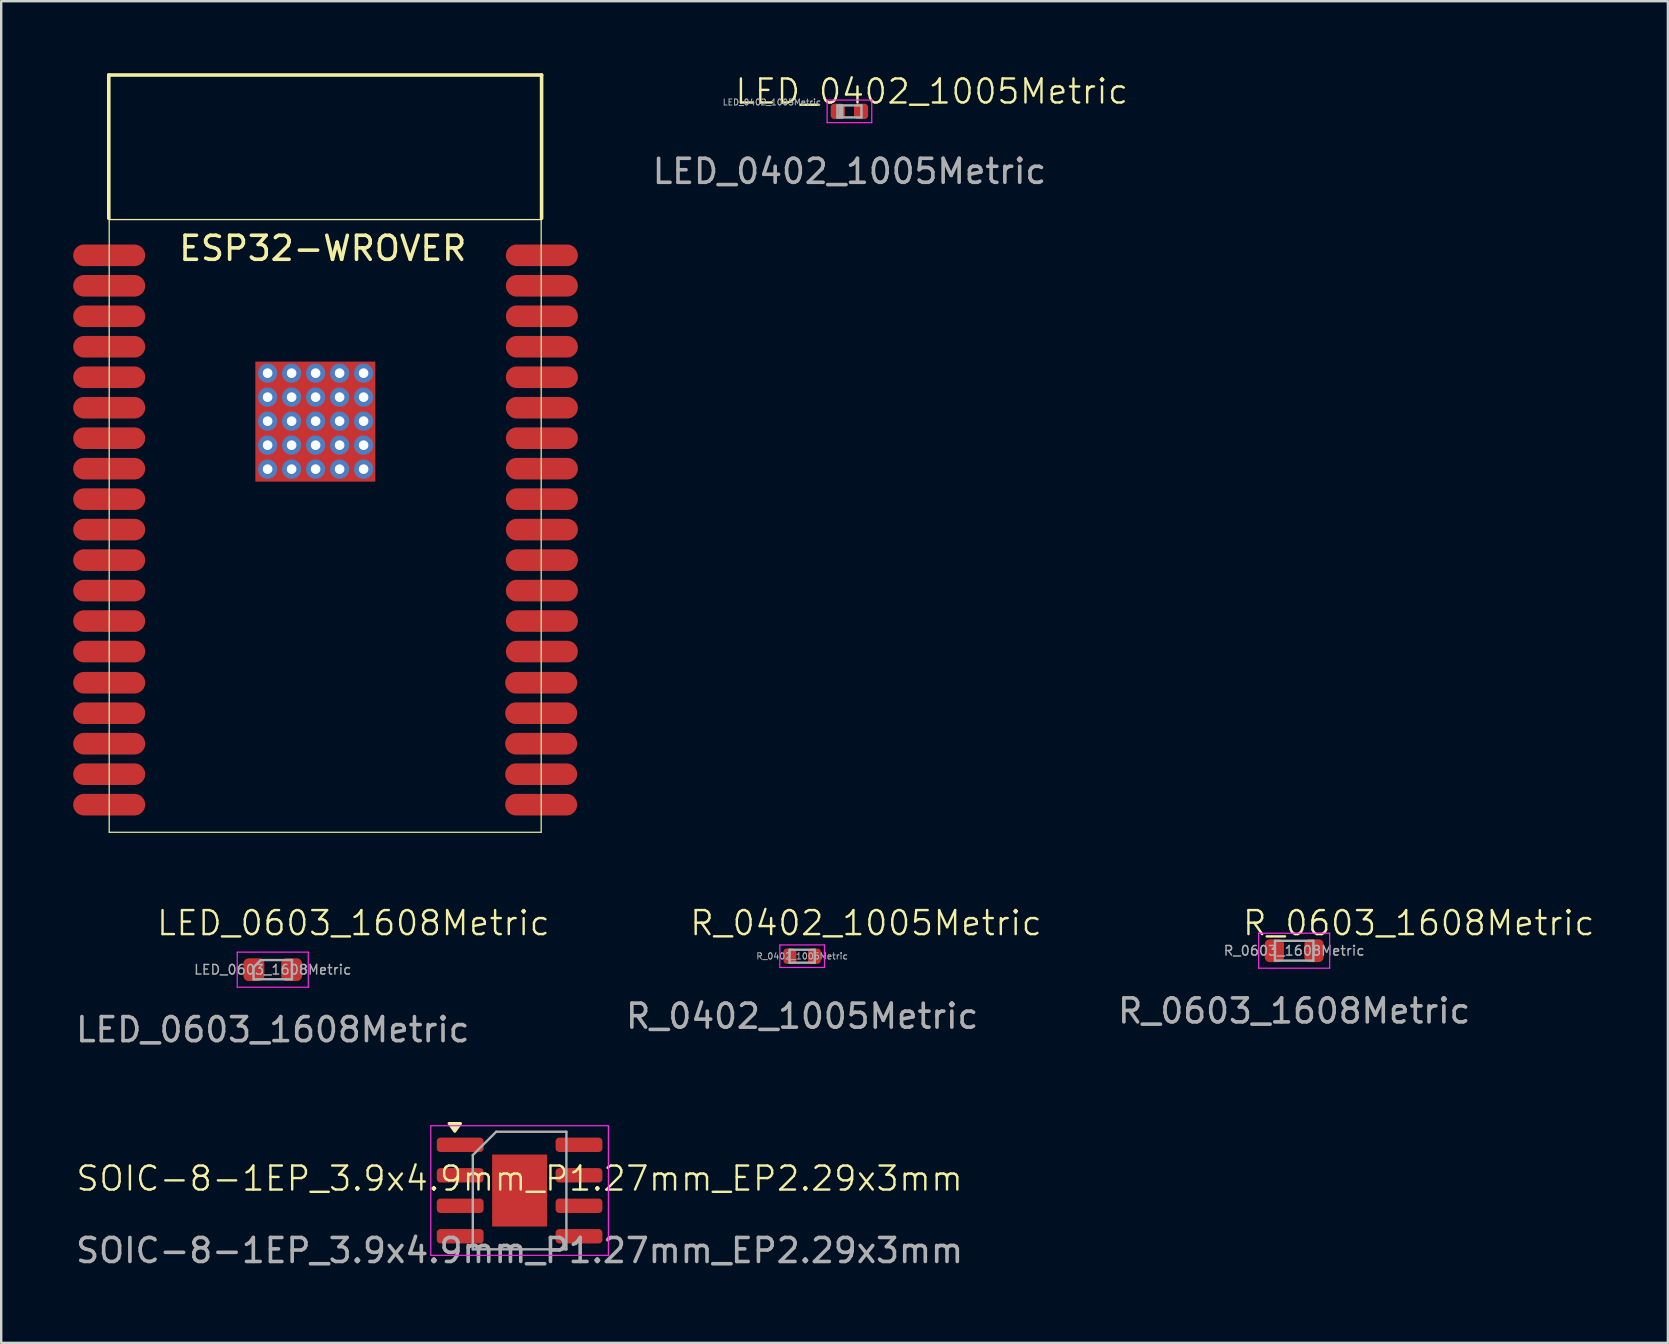
<source format=kicad_pcb>
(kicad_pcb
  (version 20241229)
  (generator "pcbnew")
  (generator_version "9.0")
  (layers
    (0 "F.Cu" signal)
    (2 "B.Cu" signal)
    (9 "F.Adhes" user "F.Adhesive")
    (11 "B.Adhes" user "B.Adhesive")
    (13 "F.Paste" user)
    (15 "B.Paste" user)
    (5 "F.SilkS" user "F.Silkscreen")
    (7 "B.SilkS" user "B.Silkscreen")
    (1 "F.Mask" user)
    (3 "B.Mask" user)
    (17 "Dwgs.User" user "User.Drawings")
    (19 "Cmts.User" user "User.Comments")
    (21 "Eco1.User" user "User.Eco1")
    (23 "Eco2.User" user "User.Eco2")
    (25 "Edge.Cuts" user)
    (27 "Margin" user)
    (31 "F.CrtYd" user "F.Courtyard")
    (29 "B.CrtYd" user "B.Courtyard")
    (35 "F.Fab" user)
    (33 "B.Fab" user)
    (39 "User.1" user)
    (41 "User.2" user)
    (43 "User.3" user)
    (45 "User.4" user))
  (footprint "R_0603_1608Metric"
    (layer "F.Cu")
    (at 50.876 36.575)
    (property "Reference" "R_0603_1608Metric" (at 5.19 -1.16 0) (unlocked yes) (layer "F.SilkS") (effects (font (size 1 1) (thickness 0.1))))
    (attr smd)
    (fp_line (start -1.48 -0.74) (end 1.48 -0.74) (stroke (width 0.05) (type solid)) (layer "F.CrtYd"))
    (fp_line (start -1.48 0.72) (end -1.48 -0.74) (stroke (width 0.05) (type solid)) (layer "F.CrtYd"))
    (fp_line (start 1.48 -0.74) (end 1.48 0.72) (stroke (width 0.05) (type solid)) (layer "F.CrtYd"))
    (fp_line (start 1.48 0.72) (end -1.48 0.72) (stroke (width 0.05) (type solid)) (layer "F.CrtYd"))
    (fp_line (start -0.8 -0.422) (end 0.8 -0.422) (stroke (width 0.1) (type solid)) (layer "F.Fab"))
    (fp_line (start -0.8 0.403) (end -0.8 -0.422) (stroke (width 0.1) (type solid)) (layer "F.Fab"))
    (fp_line (start 0.8 -0.422) (end 0.8 0.403) (stroke (width 0.1) (type solid)) (layer "F.Fab"))
    (fp_line (start 0.8 0.403) (end -0.8 0.403) (stroke (width 0.1) (type solid)) (layer "F.Fab"))
    (fp_text user "${REFERENCE}" (at 0 -0.01 0) (layer "F.Fab") (effects (font (size 0.4 0.4) (thickness 0.06))))
    (fp_text user "${REFERENCE}" (at 0 2.5 0) (unlocked yes) (layer "F.Fab") (effects (font (size 1 1) (thickness 0.15))))
    (pad "1" smd roundrect (at -0.825 -0.01) (size 0.8 0.95) (layers "F.Cu" "F.Mask" "F.Paste") (roundrect_rratio 0.25))
    (pad "2" smd roundrect (at 0.825 -0.01) (size 0.8 0.95) (layers "F.Cu" "F.Mask" "F.Paste") (roundrect_rratio 0.25)))
  (footprint "R_0402_1005Metric"
    (layer "F.Cu")
    (at 30.374 36.794)
    (property "Reference" "R_0402_1005Metric" (at 2.66 -1.38 0) (unlocked yes) (layer "F.SilkS") (effects (font (size 1 1) (thickness 0.1))))
    (attr smd)
    (fp_line (start -0.93 -0.47) (end 0.93 -0.47) (stroke (width 0.05) (type solid)) (layer "F.CrtYd"))
    (fp_line (start -0.93 0.47) (end -0.93 -0.47) (stroke (width 0.05) (type solid)) (layer "F.CrtYd"))
    (fp_line (start 0.93 -0.47) (end 0.93 0.47) (stroke (width 0.05) (type solid)) (layer "F.CrtYd"))
    (fp_line (start 0.93 0.47) (end -0.93 0.47) (stroke (width 0.05) (type solid)) (layer "F.CrtYd"))
    (fp_line (start -0.525 -0.27) (end 0.525 -0.27) (stroke (width 0.1) (type solid)) (layer "F.Fab"))
    (fp_line (start -0.525 0.27) (end -0.525 -0.27) (stroke (width 0.1) (type solid)) (layer "F.Fab"))
    (fp_line (start 0.525 -0.27) (end 0.525 0.27) (stroke (width 0.1) (type solid)) (layer "F.Fab"))
    (fp_line (start 0.525 0.27) (end -0.525 0.27) (stroke (width 0.1) (type solid)) (layer "F.Fab"))
    (fp_text user "${REFERENCE}" (at 0 0 0) (layer "F.Fab") (effects (font (size 0.26 0.26) (thickness 0.04))))
    (fp_text user "${REFERENCE}" (at 0 2.5 0) (unlocked yes) (layer "F.Fab") (effects (font (size 1 1) (thickness 0.15))))
    (pad "1" smd roundrect (at -0.51 0) (size 0.54 0.64) (layers "F.Cu" "F.Mask" "F.Paste") (roundrect_rratio 0.25))
    (pad "2" smd roundrect (at 0.51 0) (size 0.54 0.64) (layers "F.Cu" "F.Mask" "F.Paste") (roundrect_rratio 0.25)))
  (footprint "LED_0402_1005Metric"
    (layer "F.Cu")
    (at 32.345 1.591)
    (property "Reference" "LED_0402_1005Metric" (at 3.43 -0.83 0) (unlocked yes) (layer "F.SilkS") (effects (font (size 1 1) (thickness 0.1))))
    (attr smd)
    (fp_line (start -0.93 -0.47) (end 0.93 -0.47) (stroke (width 0.05) (type solid)) (layer "F.CrtYd"))
    (fp_line (start -0.93 0.47) (end -0.93 -0.47) (stroke (width 0.05) (type solid)) (layer "F.CrtYd"))
    (fp_line (start 0.93 -0.47) (end 0.93 0.47) (stroke (width 0.05) (type solid)) (layer "F.CrtYd"))
    (fp_line (start 0.93 0.47) (end -0.93 0.47) (stroke (width 0.05) (type solid)) (layer "F.CrtYd"))
    (fp_line (start -0.5 -0.25) (end 0.5 -0.25) (stroke (width 0.1) (type solid)) (layer "F.Fab"))
    (fp_line (start -0.5 0.25) (end -0.5 -0.25) (stroke (width 0.1) (type solid)) (layer "F.Fab"))
    (fp_line (start -0.4 0.25) (end -0.4 -0.25) (stroke (width 0.1) (type solid)) (layer "F.Fab"))
    (fp_line (start -0.3 0.25) (end -0.3 -0.25) (stroke (width 0.1) (type solid)) (layer "F.Fab"))
    (fp_line (start 0.5 -0.25) (end 0.5 0.25) (stroke (width 0.1) (type solid)) (layer "F.Fab"))
    (fp_line (start 0.5 0.25) (end -0.5 0.25) (stroke (width 0.1) (type solid)) (layer "F.Fab"))
    (fp_text user "${REFERENCE}" (at -3.23 -0.38 0) (layer "F.Fab") (effects (font (size 0.25 0.25) (thickness 0.04))))
    (fp_text user "${REFERENCE}" (at 0 2.5 0) (unlocked yes) (layer "F.Fab") (effects (font (size 1 1) (thickness 0.15))))
    (pad "1" smd roundrect (at -0.485 0) (size 0.59 0.64) (layers "F.Cu" "F.Mask" "F.Paste") (roundrect_rratio 0.25))
    (pad "2" smd roundrect (at 0.485 0) (size 0.59 0.64) (layers "F.Cu" "F.Mask" "F.Paste") (roundrect_rratio 0.25)))
  (footprint "LED_0603_1608Metric"
    (layer "F.Cu")
    (at 8.315 37.355)
    (property "Reference" "LED_0603_1608Metric" (at 3.36 -1.94 0) (unlocked yes) (layer "F.SilkS") (effects (font (size 1 1) (thickness 0.1))))
    (attr smd)
    (fp_line (start -1.48 -0.73) (end 1.48 -0.73) (stroke (width 0.05) (type solid)) (layer "F.CrtYd"))
    (fp_line (start -1.48 0.73) (end -1.48 -0.73) (stroke (width 0.05) (type solid)) (layer "F.CrtYd"))
    (fp_line (start 1.48 -0.73) (end 1.48 0.73) (stroke (width 0.05) (type solid)) (layer "F.CrtYd"))
    (fp_line (start 1.48 0.73) (end -1.48 0.73) (stroke (width 0.05) (type solid)) (layer "F.CrtYd"))
    (fp_line (start -0.8 -0.1) (end -0.8 0.4) (stroke (width 0.1) (type solid)) (layer "F.Fab"))
    (fp_line (start -0.8 0.4) (end 0.8 0.4) (stroke (width 0.1) (type solid)) (layer "F.Fab"))
    (fp_line (start -0.5 -0.4) (end -0.8 -0.1) (stroke (width 0.1) (type solid)) (layer "F.Fab"))
    (fp_line (start 0.8 -0.4) (end -0.5 -0.4) (stroke (width 0.1) (type solid)) (layer "F.Fab"))
    (fp_line (start 0.8 0.4) (end 0.8 -0.4) (stroke (width 0.1) (type solid)) (layer "F.Fab"))
    (fp_text user "${REFERENCE}" (at 0 2.5 0) (unlocked yes) (layer "F.Fab") (effects (font (size 1 1) (thickness 0.15))))
    (fp_text user "${REFERENCE}" (at 0 0 0) (layer "F.Fab") (effects (font (size 0.4 0.4) (thickness 0.06))))
    (pad "1" smd roundrect (at -0.787 0) (size 0.875 0.95) (layers "F.Cu" "F.Mask" "F.Paste") (roundrect_rratio 0.25))
    (pad "2" smd roundrect (at 0.787 0) (size 0.875 0.95) (layers "F.Cu" "F.Mask" "F.Paste") (roundrect_rratio 0.25)))
  (footprint "SOIC-8-1EP_3.9x4.9mm_P1.27mm_EP2.29x3mm"
    (layer "F.Cu")
    (at 18.601 46.558)
    (property "Reference" "SOIC-8-1EP_3.9x4.9mm_P1.27mm_EP2.29x3mm" (at 0 -0.5 0) (unlocked yes) (layer "F.SilkS") (effects (font (size 1 1) (thickness 0.1))))
    (attr smd)
    (fp_poly (pts (xy -2.7 -2.465) (xy -2.94 -2.795) (xy -2.46 -2.795) (xy -2.7 -2.465)) (stroke (width 0.12) (type solid)) (fill yes) (layer "F.SilkS"))
    (fp_line (start -3.7 -2.7) (end -3.7 2.7) (stroke (width 0.05) (type solid)) (layer "F.CrtYd"))
    (fp_line (start -3.7 2.7) (end 3.7 2.7) (stroke (width 0.05) (type solid)) (layer "F.CrtYd"))
    (fp_line (start 3.7 -2.7) (end -3.7 -2.7) (stroke (width 0.05) (type solid)) (layer "F.CrtYd"))
    (fp_line (start 3.7 2.7) (end 3.7 -2.7) (stroke (width 0.05) (type solid)) (layer "F.CrtYd"))
    (fp_line (start -1.95 -1.475) (end -0.975 -2.45) (stroke (width 0.1) (type solid)) (layer "F.Fab"))
    (fp_line (start -1.95 2.45) (end -1.95 -1.475) (stroke (width 0.1) (type solid)) (layer "F.Fab"))
    (fp_line (start -0.975 -2.45) (end 1.95 -2.45) (stroke (width 0.1) (type solid)) (layer "F.Fab"))
    (fp_line (start 1.95 -2.45) (end 1.95 2.45) (stroke (width 0.1) (type solid)) (layer "F.Fab"))
    (fp_line (start 1.95 2.45) (end -1.95 2.45) (stroke (width 0.1) (type solid)) (layer "F.Fab"))
    (fp_text user "${REFERENCE}" (at 0 2.5 0) (unlocked yes) (layer "F.Fab") (effects (font (size 1 1) (thickness 0.15))))
    (pad "" smd roundrect (at -0.57 -0.75) (size 0.92 1.21) (layers "F.Paste") (roundrect_rratio 0.25))
    (pad "" smd roundrect (at -0.57 0.75) (size 0.92 1.21) (layers "F.Paste") (roundrect_rratio 0.25))
    (pad "" smd roundrect (at 0.57 -0.75) (size 0.92 1.21) (layers "F.Paste") (roundrect_rratio 0.25))
    (pad "" smd roundrect (at 0.57 0.75) (size 0.92 1.21) (layers "F.Paste") (roundrect_rratio 0.25))
    (pad "1" smd roundrect (at -2.475 -1.905) (size 1.95 0.6) (layers "F.Cu" "F.Mask" "F.Paste") (roundrect_rratio 0.25))
    (pad "2" smd roundrect (at -2.475 -0.635) (size 1.95 0.6) (layers "F.Cu" "F.Mask" "F.Paste") (roundrect_rratio 0.25))
    (pad "3" smd roundrect (at -2.475 0.635) (size 1.95 0.6) (layers "F.Cu" "F.Mask" "F.Paste") (roundrect_rratio 0.25))
    (pad "4" smd roundrect (at -2.475 1.905) (size 1.95 0.6) (layers "F.Cu" "F.Mask" "F.Paste") (roundrect_rratio 0.25))
    (pad "5" smd roundrect (at 2.475 1.905) (size 1.95 0.6) (layers "F.Cu" "F.Mask" "F.Paste") (roundrect_rratio 0.25))
    (pad "6" smd roundrect (at 2.475 0.635) (size 1.95 0.6) (layers "F.Cu" "F.Mask" "F.Paste") (roundrect_rratio 0.25))
    (pad "7" smd roundrect (at 2.475 -0.635) (size 1.95 0.6) (layers "F.Cu" "F.Mask" "F.Paste") (roundrect_rratio 0.25))
    (pad "8" smd roundrect (at 2.475 -1.905) (size 1.95 0.6) (layers "F.Cu" "F.Mask" "F.Paste") (roundrect_rratio 0.25))
    (pad "9" smd rect (at 0 0) (size 2.29 3) (property pad_prop_heatsink) (layers "F.Cu" "F.Mask")))
  (footprint "ESP32-WROVER"
    (layer "F.Cu")
    (at 10.5 6.679)
    (property "Reference" "ESP32-WROVER" (at -0.1 0.62 0) (layer "F.SilkS") (effects (font (size 1 1) (thickness 0.15))))
    (attr smd)
    (fp_line (start -9.017 -0.635) (end -9.017 -6.604) (stroke (width 0.15) (type solid)) (layer "F.SilkS"))
    (fp_line (start -9 -0.58) (end 9 -0.58) (stroke (width 0.05) (type solid)) (layer "F.SilkS"))
    (fp_line (start -9 24.95) (end -9 -0.58) (stroke (width 0.05) (type solid)) (layer "F.SilkS"))
    (fp_line (start 9 -0.58) (end 9 24.95) (stroke (width 0.05) (type solid)) (layer "F.SilkS"))
    (fp_line (start 9 24.95) (end -9 24.95) (stroke (width 0.05) (type solid)) (layer "F.SilkS"))
    (fp_line (start 9.017 -6.604) (end -9.017 -6.604) (stroke (width 0.15) (type solid)) (layer "F.SilkS"))
    (fp_line (start 9.017 -0.635) (end 9.017 -6.604) (stroke (width 0.15) (type solid)) (layer "F.SilkS"))
    (pad "1" smd oval (at -9 0.91) (size 3 0.9) (layers "F.Cu" "F.Mask" "F.Paste"))
    (pad "2" smd oval (at -9 2.18) (size 3 0.9) (layers "F.Cu" "F.Mask" "F.Paste"))
    (pad "3" smd oval (at -9 3.45) (size 3 0.9) (layers "F.Cu" "F.Mask" "F.Paste"))
    (pad "4" smd oval (at -9 4.72) (size 3 0.9) (layers "F.Cu" "F.Mask" "F.Paste"))
    (pad "5" smd oval (at -9 5.99) (size 3 0.9) (layers "F.Cu" "F.Mask" "F.Paste"))
    (pad "6" smd oval (at -9 7.26) (size 3 0.9) (layers "F.Cu" "F.Mask" "F.Paste"))
    (pad "7" smd oval (at -9 8.53) (size 3 0.9) (layers "F.Cu" "F.Mask" "F.Paste"))
    (pad "8" smd oval (at -9 9.8) (size 3 0.9) (layers "F.Cu" "F.Mask" "F.Paste"))
    (pad "9" smd oval (at -9 11.07) (size 3 0.9) (layers "F.Cu" "F.Mask" "F.Paste"))
    (pad "10" smd oval (at -9 12.34) (size 3 0.9) (layers "F.Cu" "F.Mask" "F.Paste"))
    (pad "11" smd oval (at -9 13.61) (size 3 0.9) (layers "F.Cu" "F.Mask" "F.Paste"))
    (pad "12" smd oval (at -9 14.88) (size 3 0.9) (layers "F.Cu" "F.Mask" "F.Paste"))
    (pad "13" smd oval (at -9 16.15) (size 3 0.9) (layers "F.Cu" "F.Mask" "F.Paste"))
    (pad "14" smd oval (at -9 17.42) (size 3 0.9) (layers "F.Cu" "F.Mask" "F.Paste"))
    (pad "15" smd oval (at -9 18.72) (size 3 0.9) (layers "F.Cu" "F.Mask" "F.Paste"))
    (pad "16" smd oval (at -9 19.99) (size 3 0.9) (layers "F.Cu" "F.Mask" "F.Paste"))
    (pad "17" smd oval (at -9 21.26) (size 3 0.9) (layers "F.Cu" "F.Mask" "F.Paste"))
    (pad "18" smd oval (at -9 22.53) (size 3 0.9) (layers "F.Cu" "F.Mask" "F.Paste"))
    (pad "19" smd oval (at -9 23.8) (size 3 0.9) (layers "F.Cu" "F.Mask" "F.Paste"))
    (pad "20" smd oval (at 9 23.8) (size 3 0.9) (layers "F.Cu" "F.Mask" "F.Paste"))
    (pad "21" smd oval (at 9 22.53) (size 3 0.9) (layers "F.Cu" "F.Mask" "F.Paste"))
    (pad "22" smd oval (at 9 21.26) (size 3 0.9) (layers "F.Cu" "F.Mask" "F.Paste"))
    (pad "23" smd oval (at 9 19.99) (size 3 0.9) (layers "F.Cu" "F.Mask" "F.Paste"))
    (pad "24" smd oval (at 9 18.72) (size 3 0.9) (layers "F.Cu" "F.Mask" "F.Paste"))
    (pad "25" smd oval (at 9.03 17.42) (size 3 0.9) (layers "F.Cu" "F.Mask" "F.Paste"))
    (pad "26" smd oval (at 9.03 16.15) (size 3 0.9) (layers "F.Cu" "F.Mask" "F.Paste"))
    (pad "27" smd oval (at 9.03 14.88) (size 3 0.9) (layers "F.Cu" "F.Mask" "F.Paste"))
    (pad "28" smd oval (at 9.03 13.61) (size 3 0.9) (layers "F.Cu" "F.Mask" "F.Paste"))
    (pad "29" smd oval (at 9.03 12.34) (size 3 0.9) (layers "F.Cu" "F.Mask" "F.Paste"))
    (pad "30" smd oval (at 9.03 11.07) (size 3 0.9) (layers "F.Cu" "F.Mask" "F.Paste"))
    (pad "31" smd oval (at 9.03 9.8) (size 3 0.9) (layers "F.Cu" "F.Mask" "F.Paste"))
    (pad "32" smd oval (at 9.03 8.53) (size 3 0.9) (layers "F.Cu" "F.Mask" "F.Paste"))
    (pad "33" smd oval (at 9.03 7.26) (size 3 0.9) (layers "F.Cu" "F.Mask" "F.Paste"))
    (pad "34" smd oval (at 9.03 5.99) (size 3 0.9) (layers "F.Cu" "F.Mask" "F.Paste"))
    (pad "35" smd oval (at 9.03 4.72) (size 3 0.9) (layers "F.Cu" "F.Mask" "F.Paste"))
    (pad "36" smd oval (at 9.03 3.45) (size 3 0.9) (layers "F.Cu" "F.Mask" "F.Paste"))
    (pad "37" smd oval (at 9.03 2.18) (size 3 0.9) (layers "F.Cu" "F.Mask" "F.Paste"))
    (pad "38" smd oval (at 9.03 0.91) (size 3 0.9) (layers "F.Cu" "F.Mask" "F.Paste"))
    (pad "39" thru_hole circle (at -2.4 5.82) (size 0.8 0.8) (drill 0.4) (layers "*.Cu" "*.Mask"))
    (pad "39" thru_hole circle (at -2.4 6.82) (size 0.8 0.8) (drill 0.4) (layers "*.Cu" "*.Mask"))
    (pad "39" thru_hole circle (at -2.4 7.82) (size 0.8 0.8) (drill 0.4) (layers "*.Cu" "*.Mask"))
    (pad "39" thru_hole circle (at -2.4 8.82) (size 0.8 0.8) (drill 0.4) (layers "*.Cu" "*.Mask"))
    (pad "39" thru_hole circle (at -2.4 9.82) (size 0.8 0.8) (drill 0.4) (layers "*.Cu" "*.Mask"))
    (pad "39" thru_hole circle (at -1.4 5.82) (size 0.8 0.8) (drill 0.4) (layers "*.Cu" "*.Mask"))
    (pad "39" thru_hole circle (at -1.4 6.82) (size 0.8 0.8) (drill 0.4) (layers "*.Cu" "*.Mask"))
    (pad "39" thru_hole circle (at -1.4 7.82) (size 0.8 0.8) (drill 0.4) (layers "*.Cu" "*.Mask"))
    (pad "39" thru_hole circle (at -1.4 8.82) (size 0.8 0.8) (drill 0.4) (layers "*.Cu" "*.Mask"))
    (pad "39" thru_hole circle (at -1.4 9.82) (size 0.8 0.8) (drill 0.4) (layers "*.Cu" "*.Mask"))
    (pad "39" smd rect (at -0.41 7.84) (size 5 5) (layers "F.Cu" "F.Mask" "F.Paste"))
    (pad "39" thru_hole circle (at -0.4 5.82) (size 0.8 0.8) (drill 0.4) (layers "*.Cu" "*.Mask"))
    (pad "39" thru_hole circle (at -0.4 6.82) (size 0.8 0.8) (drill 0.4) (layers "*.Cu" "*.Mask"))
    (pad "39" thru_hole circle (at -0.4 7.82) (size 0.8 0.8) (drill 0.4) (layers "*.Cu" "*.Mask"))
    (pad "39" thru_hole circle (at -0.4 8.82) (size 0.8 0.8) (drill 0.4) (layers "*.Cu" "*.Mask"))
    (pad "39" thru_hole circle (at -0.4 9.82) (size 0.8 0.8) (drill 0.4) (layers "*.Cu" "*.Mask"))
    (pad "39" thru_hole circle (at 0.6 5.82) (size 0.8 0.8) (drill 0.4) (layers "*.Cu" "*.Mask"))
    (pad "39" thru_hole circle (at 0.6 6.82) (size 0.8 0.8) (drill 0.4) (layers "*.Cu" "*.Mask"))
    (pad "39" thru_hole circle (at 0.6 7.82) (size 0.8 0.8) (drill 0.4) (layers "*.Cu" "*.Mask"))
    (pad "39" thru_hole circle (at 0.6 8.82) (size 0.8 0.8) (drill 0.4) (layers "*.Cu" "*.Mask"))
    (pad "39" thru_hole circle (at 0.6 9.82) (size 0.8 0.8) (drill 0.4) (layers "*.Cu" "*.Mask"))
    (pad "39" thru_hole circle (at 1.6 5.82) (size 0.8 0.8) (drill 0.4) (layers "*.Cu" "*.Mask"))
    (pad "39" thru_hole circle (at 1.6 6.82) (size 0.8 0.8) (drill 0.4) (layers "*.Cu" "*.Mask"))
    (pad "39" thru_hole circle (at 1.6 7.82) (size 0.8 0.8) (drill 0.4) (layers "*.Cu" "*.Mask"))
    (pad "39" thru_hole circle (at 1.6 8.82) (size 0.8 0.8) (drill 0.4) (layers "*.Cu" "*.Mask"))
    (pad "39" thru_hole circle (at 1.6 9.82) (size 0.8 0.8) (drill 0.4) (layers "*.Cu" "*.Mask")))
  (gr_rect
    (start -3 -3)
    (end 66.449 52.906)
    (stroke (width 0.1) (type default))
    (fill no)
    (layer "Edge.Cuts")))
</source>
